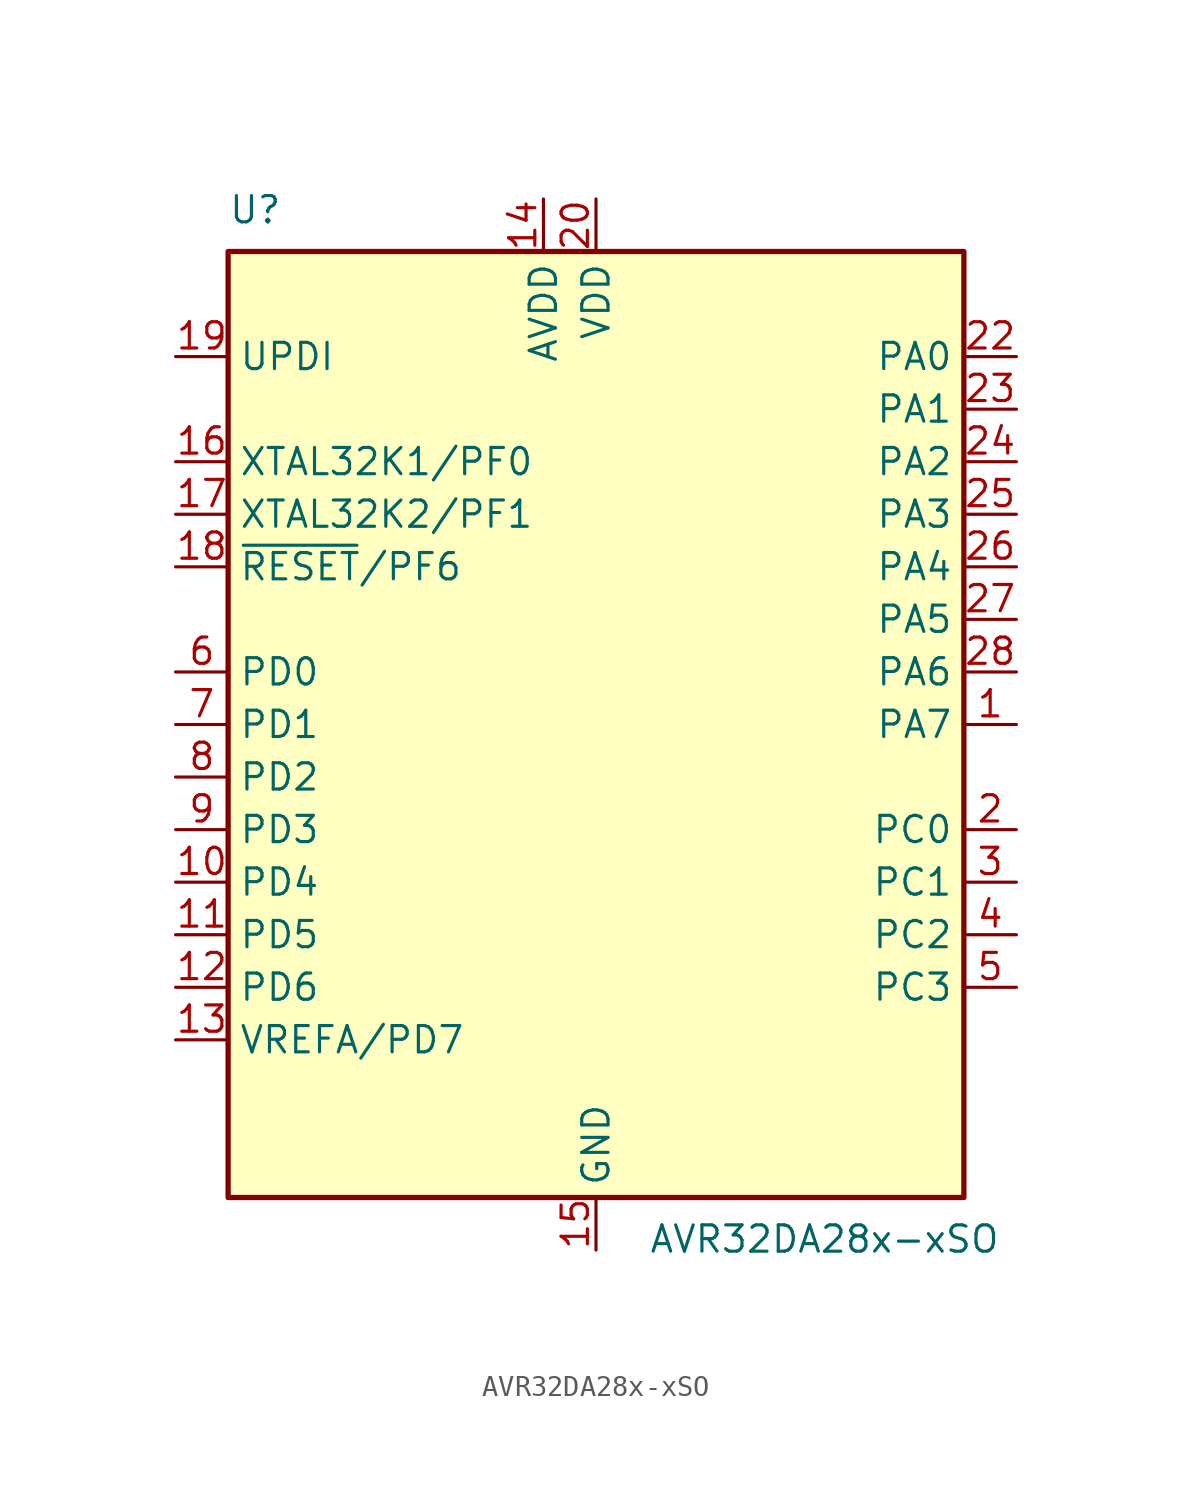
<source format=kicad_sym>
(kicad_symbol_lib
  (version 20211014)
  (generator kicad_symbol_editor)
  (symbol "AVR32DA28x-xSO"
    (property "Reference" "U"
      (at -17.78 24.13 0)
      (effects (font (size 1.27 1.27)) (justify left bottom)))
    (property "Value" "AVR32DA28x-xSO"
      (at 2.54 -24.13 0)
      (effects (font (size 1.27 1.27)) (justify left top)))
    (symbol "AVR32DA28x-xSO_0_1"
      (rectangle (start -17.78 22.86) (end 17.78 -22.86) (stroke (width 0.254) (type default) (color 0 0 0 0)) (fill (type background))))
    (symbol "AVR32DA28x-xSO_1_1"
      (pin bidirectional line (at 20.32 17.78 180) (length 2.54) (name "PA0" (effects (font (size 1.27 1.27)))) (number "22" (effects (font (size 1.27 1.27)))))
      (pin bidirectional line (at 20.32 15.24 180) (length 2.54) (name "PA1" (effects (font (size 1.27 1.27)))) (number "23" (effects (font (size 1.27 1.27)))))
      (pin bidirectional line (at 20.32 12.7 180) (length 2.54) (name "PA2" (effects (font (size 1.27 1.27)))) (number "24" (effects (font (size 1.27 1.27)))))
      (pin bidirectional line (at 20.32 10.16 180) (length 2.54) (name "PA3" (effects (font (size 1.27 1.27)))) (number "25" (effects (font (size 1.27 1.27)))))
      (pin bidirectional line (at 20.32 7.62 180) (length 2.54) (name "PA4" (effects (font (size 1.27 1.27)))) (number "26" (effects (font (size 1.27 1.27)))))
      (pin bidirectional line (at 20.32 5.08 180) (length 2.54) (name "PA5" (effects (font (size 1.27 1.27)))) (number "27" (effects (font (size 1.27 1.27)))))
      (pin bidirectional line (at 20.32 2.54 180) (length 2.54) (name "PA6" (effects (font (size 1.27 1.27)))) (number "28" (effects (font (size 1.27 1.27)))))
      (pin bidirectional line (at 20.32 0 180) (length 2.54) (name "PA7" (effects (font (size 1.27 1.27)))) (number "1" (effects (font (size 1.27 1.27)))))
      (pin bidirectional line (at 20.32 -5.08 180) (length 2.54) (name "PC0" (effects (font (size 1.27 1.27)))) (number "2" (effects (font (size 1.27 1.27)))))
      (pin bidirectional line (at 20.32 -7.62 180) (length 2.54) (name "PC1" (effects (font (size 1.27 1.27)))) (number "3" (effects (font (size 1.27 1.27)))))
      (pin bidirectional line (at 20.32 -10.16 180) (length 2.54) (name "PC2" (effects (font (size 1.27 1.27)))) (number "4" (effects (font (size 1.27 1.27)))))
      (pin bidirectional line (at 20.32 -12.7 180) (length 2.54) (name "PC3" (effects (font (size 1.27 1.27)))) (number "5" (effects (font (size 1.27 1.27)))))
      (pin input line (at -20.32 17.78 0) (length 2.54) (name "UPDI" (effects (font (size 1.27 1.27)))) (number "19" (effects (font (size 1.27 1.27)))))
      (pin bidirectional line (at -20.32 12.7 0) (length 2.54) (name "XTAL32K1/PF0" (effects (font (size 1.27 1.27)))) (number "16" (effects (font (size 1.27 1.27)))))
      (pin bidirectional line (at -20.32 10.16 0) (length 2.54) (name "XTAL32K2/PF1" (effects (font (size 1.27 1.27)))) (number "17" (effects (font (size 1.27 1.27)))))
      (pin bidirectional line (at -20.32 7.62 0) (length 2.54) (name "~{RESET}/PF6" (effects (font (size 1.27 1.27)))) (number "18" (effects (font (size 1.27 1.27)))))
      (pin bidirectional line (at -20.32 2.54 0) (length 2.54) (name "PD0" (effects (font (size 1.27 1.27)))) (number "6" (effects (font (size 1.27 1.27)))))
      (pin bidirectional line (at -20.32 0 0) (length 2.54) (name "PD1" (effects (font (size 1.27 1.27)))) (number "7" (effects (font (size 1.27 1.27)))))
      (pin bidirectional line (at -20.32 -2.54 0) (length 2.54) (name "PD2" (effects (font (size 1.27 1.27)))) (number "8" (effects (font (size 1.27 1.27)))))
      (pin bidirectional line (at -20.32 -5.08 0) (length 2.54) (name "PD3" (effects (font (size 1.27 1.27)))) (number "9" (effects (font (size 1.27 1.27)))))
      (pin bidirectional line (at -20.32 -7.62 0) (length 2.54) (name "PD4" (effects (font (size 1.27 1.27)))) (number "10" (effects (font (size 1.27 1.27)))))
      (pin bidirectional line (at -20.32 -10.16 0) (length 2.54) (name "PD5" (effects (font (size 1.27 1.27)))) (number "11" (effects (font (size 1.27 1.27)))))
      (pin bidirectional line (at -20.32 -12.7 0) (length 2.54) (name "PD6" (effects (font (size 1.27 1.27)))) (number "12" (effects (font (size 1.27 1.27)))))
      (pin bidirectional line (at -20.32 -15.24 0) (length 2.54) (name "VREFA/PD7" (effects (font (size 1.27 1.27)))) (number "13" (effects (font (size 1.27 1.27)))))
      (pin power_in line (at -2.54 25.4 270) (length 2.54) (name "AVDD" (effects (font (size 1.27 1.27)))) (number "14" (effects (font (size 1.27 1.27)))))
      (pin power_in line (at 0 25.4 270) (length 2.54) (name "VDD" (effects (font (size 1.27 1.27)))) (number "20" (effects (font (size 1.27 1.27)))))
      (pin power_in line (at 0 -25.4 90) (length 2.54) (name "GND" (effects (font (size 1.27 1.27)))) (number "15" (effects (font (size 1.27 1.27)))))
      (pin passive line (at 0 -25.4 90) (length 2.54) hide (name "GND" (effects (font (size 1.27 1.27)))) (number "21" (effects (font (size 1.27 1.27))))))))
</source>
